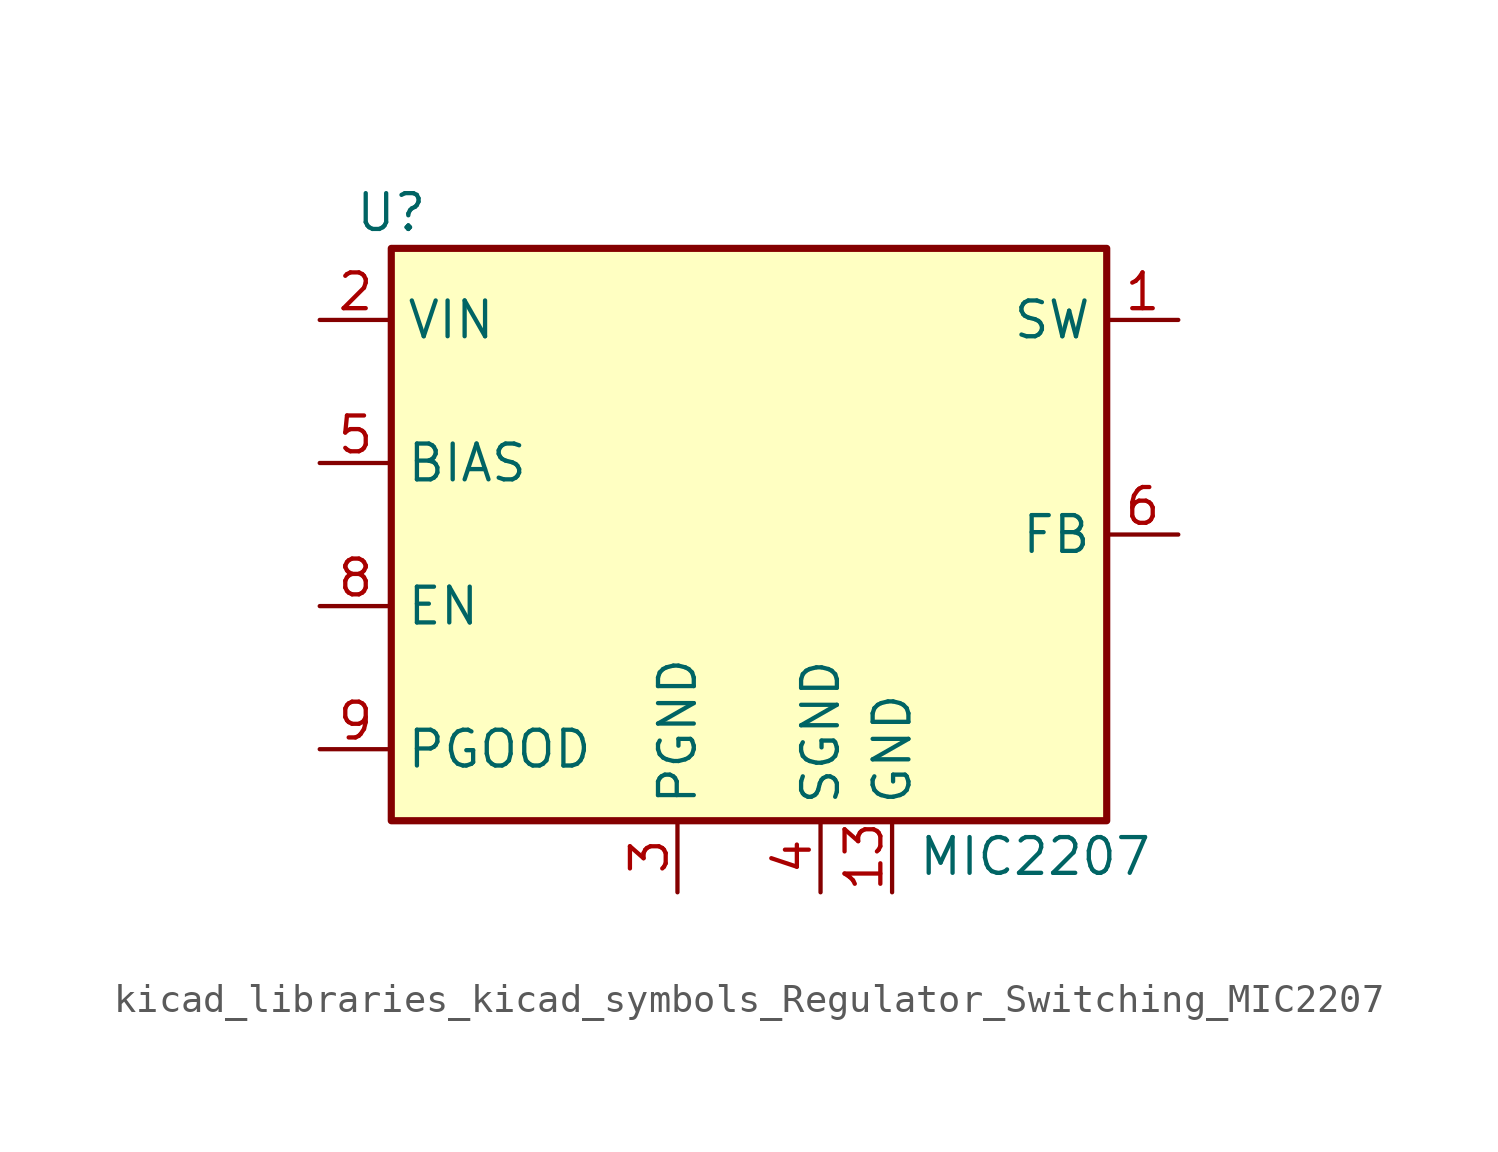
<source format=kicad_sym>
(kicad_symbol_lib
  (version 20220914)
  (generator kicad_symbol_editor)
  (symbol "kicad_libraries_kicad_symbols_Regulator_Switching_MIC2207"
    (property "Reference" "U"
      (at -12.7 11.43 0)
      (effects (font (size 1.27 1.27))))
    (property "Value" "MIC2207"
      (at 10.16 -11.43 0)
      (effects (font (size 1.27 1.27))))
    (symbol "kicad_libraries_kicad_symbols_Regulator_Switching_MIC2207_0_1"
      (rectangle (start -12.7 10.16) (end 12.7 -10.16) (stroke (width 0.254) (type default)) (fill (type background))))
    (symbol "kicad_libraries_kicad_symbols_Regulator_Switching_MIC2207_1_1"
      (pin power_out line (at 15.24 7.62 180) (length 2.54) (name "SW" (effects (font (size 1.27 1.27)))) (number "1" (effects (font (size 1.27 1.27)))))
      (pin passive line (at -2.54 -12.7 90) (length 2.54) hide (name "PGND" (effects (font (size 1.27 1.27)))) (number "10" (effects (font (size 1.27 1.27)))))
      (pin passive line (at -15.24 7.62 0) (length 2.54) hide (name "VIN" (effects (font (size 1.27 1.27)))) (number "11" (effects (font (size 1.27 1.27)))))
      (pin passive line (at 15.24 7.62 180) (length 2.54) hide (name "SW" (effects (font (size 1.27 1.27)))) (number "12" (effects (font (size 1.27 1.27)))))
      (pin power_in line (at 5.08 -12.7 90) (length 2.54) (name "GND" (effects (font (size 1.27 1.27)))) (number "13" (effects (font (size 1.27 1.27)))))
      (pin power_in line (at -15.24 7.62 0) (length 2.54) (name "VIN" (effects (font (size 1.27 1.27)))) (number "2" (effects (font (size 1.27 1.27)))))
      (pin power_in line (at -2.54 -12.7 90) (length 2.54) (name "PGND" (effects (font (size 1.27 1.27)))) (number "3" (effects (font (size 1.27 1.27)))))
      (pin power_in line (at 2.54 -12.7 90) (length 2.54) (name "SGND" (effects (font (size 1.27 1.27)))) (number "4" (effects (font (size 1.27 1.27)))))
      (pin passive line (at -15.24 2.54 0) (length 2.54) (name "BIAS" (effects (font (size 1.27 1.27)))) (number "5" (effects (font (size 1.27 1.27)))))
      (pin input line (at 15.24 0 180) (length 2.54) (name "FB" (effects (font (size 1.27 1.27)))) (number "6" (effects (font (size 1.27 1.27)))))
      (pin no_connect line (at 12.7 -2.54 180) (length 2.54) hide (name "NC" (effects (font (size 1.27 1.27)))) (number "7" (effects (font (size 1.27 1.27)))))
      (pin input line (at -15.24 -2.54 0) (length 2.54) (name "EN" (effects (font (size 1.27 1.27)))) (number "8" (effects (font (size 1.27 1.27)))))
      (pin open_collector line (at -15.24 -7.62 0) (length 2.54) (name "PGOOD" (effects (font (size 1.27 1.27)))) (number "9" (effects (font (size 1.27 1.27))))))))
</source>
